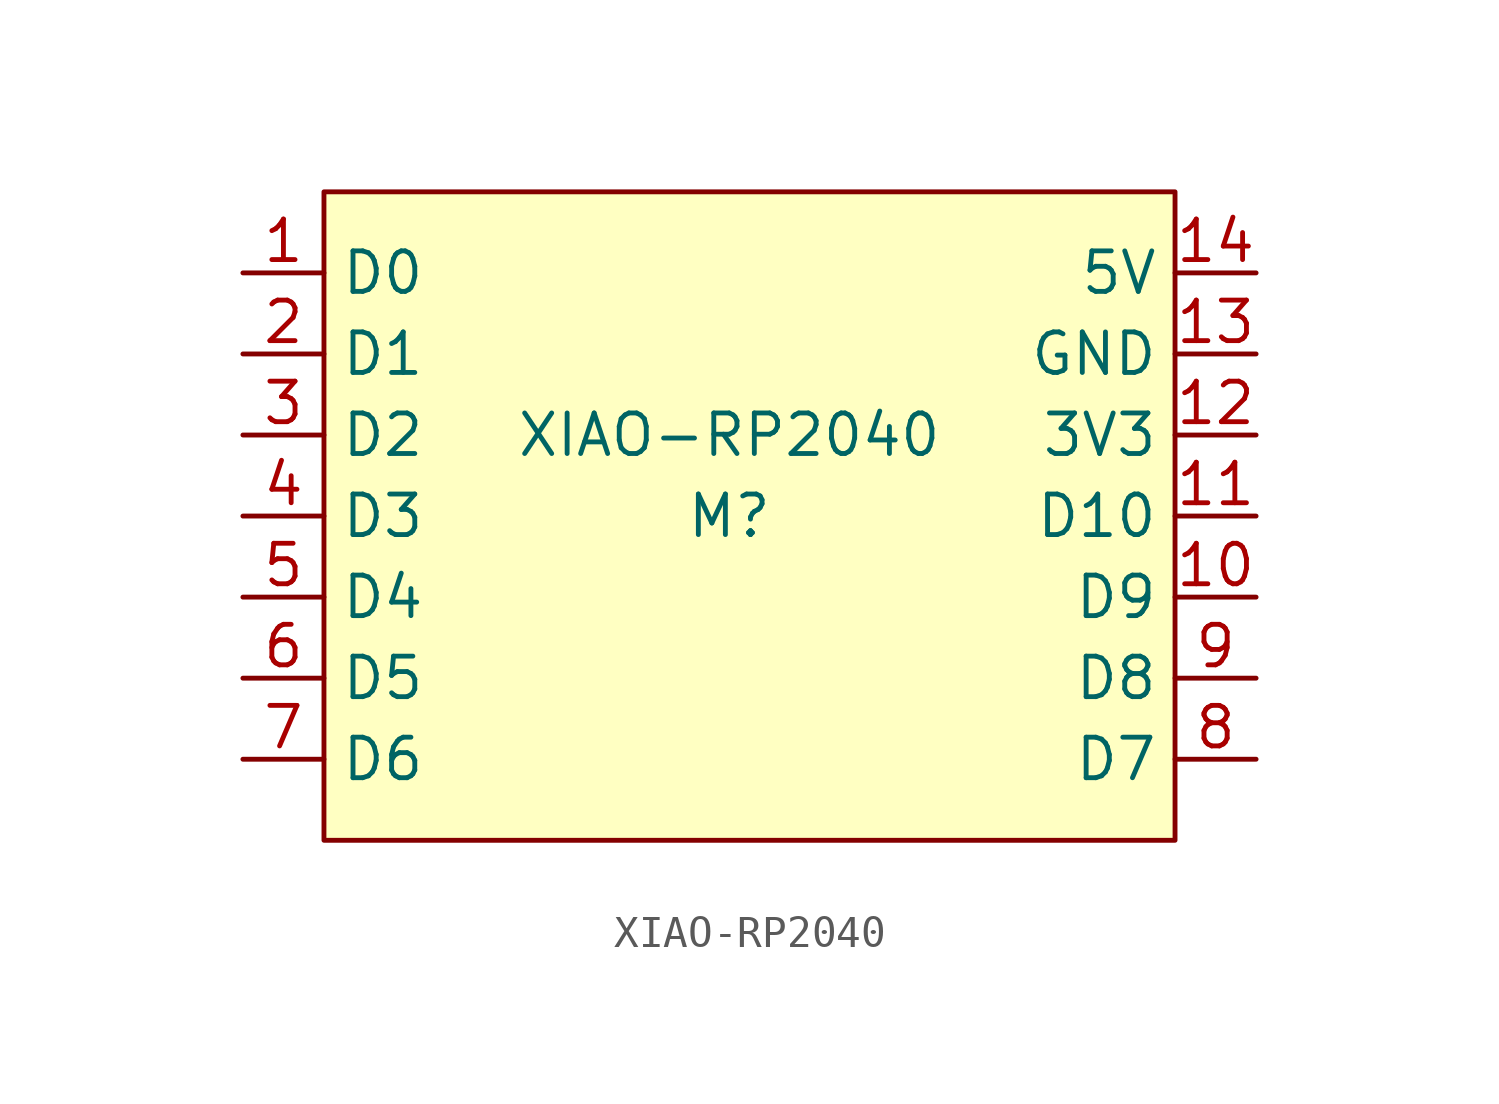
<source format=kicad_sym>
(kicad_symbol_lib
  (version 20211014)
  (generator kicad_symbol_editor)
  (symbol "XIAO-RP2040"
    (property "Reference" "M"
      (at 0 0 0)
      (effects (font (size 1.27 1.27))))
    (property "Value" "XIAO-RP2040"
      (at 0 2.54 0)
      (effects (font (size 1.27 1.27))))
    (symbol "XIAO-RP2040_0_1"
      (rectangle (start -12.7 10.16) (end 13.97 -10.16) (stroke (width 0) (type default) (color 0 0 0 0)) (fill (type background))))
    (symbol "XIAO-RP2040_1_1"
      (pin bidirectional line (at -15.24 7.62 0) (length 2.54) (name "D0" (effects (font (size 1.27 1.27)))) (number "1" (effects (font (size 1.27 1.27)))))
      (pin bidirectional line (at 16.51 -2.54 180) (length 2.54) (name "D9" (effects (font (size 1.27 1.27)))) (number "10" (effects (font (size 1.27 1.27)))))
      (pin bidirectional line (at 16.51 0 180) (length 2.54) (name "D10" (effects (font (size 1.27 1.27)))) (number "11" (effects (font (size 1.27 1.27)))))
      (pin power_in line (at 16.51 2.54 180) (length 2.54) (name "3V3" (effects (font (size 1.27 1.27)))) (number "12" (effects (font (size 1.27 1.27)))))
      (pin power_in line (at 16.51 5.08 180) (length 2.54) (name "GND" (effects (font (size 1.27 1.27)))) (number "13" (effects (font (size 1.27 1.27)))))
      (pin power_in line (at 16.51 7.62 180) (length 2.54) (name "5V" (effects (font (size 1.27 1.27)))) (number "14" (effects (font (size 1.27 1.27)))))
      (pin bidirectional line (at -15.24 5.08 0) (length 2.54) (name "D1" (effects (font (size 1.27 1.27)))) (number "2" (effects (font (size 1.27 1.27)))))
      (pin bidirectional line (at -15.24 2.54 0) (length 2.54) (name "D2" (effects (font (size 1.27 1.27)))) (number "3" (effects (font (size 1.27 1.27)))))
      (pin bidirectional line (at -15.24 0 0) (length 2.54) (name "D3" (effects (font (size 1.27 1.27)))) (number "4" (effects (font (size 1.27 1.27)))))
      (pin bidirectional line (at -15.24 -2.54 0) (length 2.54) (name "D4" (effects (font (size 1.27 1.27)))) (number "5" (effects (font (size 1.27 1.27)))))
      (pin bidirectional line (at -15.24 -5.08 0) (length 2.54) (name "D5" (effects (font (size 1.27 1.27)))) (number "6" (effects (font (size 1.27 1.27)))))
      (pin bidirectional line (at -15.24 -7.62 0) (length 2.54) (name "D6" (effects (font (size 1.27 1.27)))) (number "7" (effects (font (size 1.27 1.27)))))
      (pin bidirectional line (at 16.51 -7.62 180) (length 2.54) (name "D7" (effects (font (size 1.27 1.27)))) (number "8" (effects (font (size 1.27 1.27)))))
      (pin bidirectional line (at 16.51 -5.08 180) (length 2.54) (name "D8" (effects (font (size 1.27 1.27)))) (number "9" (effects (font (size 1.27 1.27))))))))
</source>
